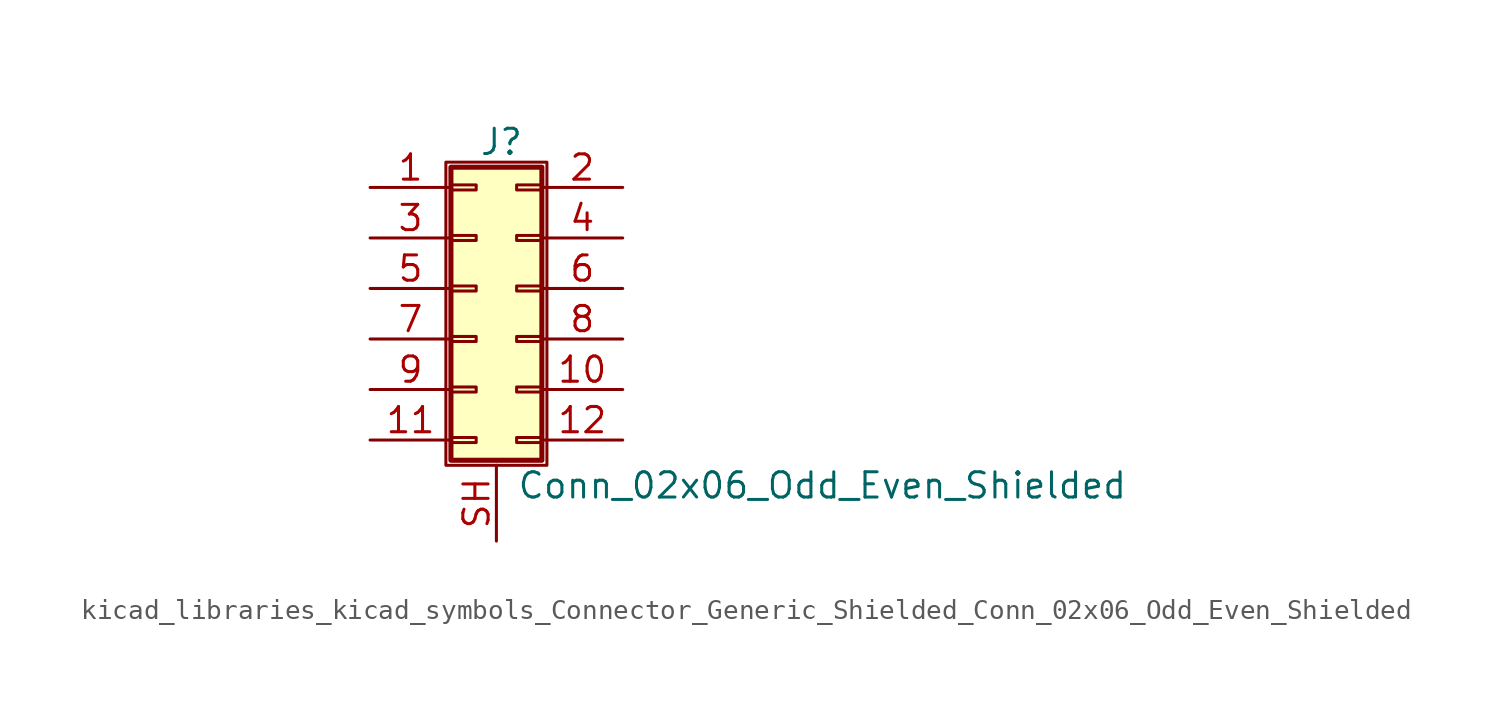
<source format=kicad_sym>
(kicad_symbol_lib
  (version 20220914)
  (generator kicad_symbol_editor)
  (symbol "kicad_libraries_kicad_symbols_Connector_Generic_Shielded_Conn_02x06_Odd_Even_Shielded"
    (pin_names
      (offset 1.016) hide)
    (property "Reference" "J"
      (at 1.524 7.366 0)
      (effects (font (size 1.27 1.27))))
    (property "Value" "Conn_02x06_Odd_Even_Shielded"
      (at 2.286 -9.906 0)
      (effects (font (size 1.27 1.27)) (justify left)))
    (symbol "kicad_libraries_kicad_symbols_Connector_Generic_Shielded_Conn_02x06_Odd_Even_Shielded_1_1"
      (rectangle (start -1.27 6.35) (end 3.81 -8.89) (stroke (width 0.152) (type default)) (fill (type none)))
      (rectangle (start -1.016 -7.493) (end 0.254 -7.747) (stroke (width 0.152) (type default)) (fill (type none)))
      (rectangle (start -1.016 -4.953) (end 0.254 -5.207) (stroke (width 0.152) (type default)) (fill (type none)))
      (rectangle (start -1.016 -2.413) (end 0.254 -2.667) (stroke (width 0.152) (type default)) (fill (type none)))
      (rectangle (start -1.016 0.127) (end 0.254 -0.127) (stroke (width 0.152) (type default)) (fill (type none)))
      (rectangle (start -1.016 2.667) (end 0.254 2.413) (stroke (width 0.152) (type default)) (fill (type none)))
      (rectangle (start -1.016 5.207) (end 0.254 4.953) (stroke (width 0.152) (type default)) (fill (type none)))
      (rectangle (start -1.016 6.096) (end 3.556 -8.636) (stroke (width 0.254) (type default)) (fill (type background)))
      (rectangle (start 3.556 -7.493) (end 2.286 -7.747) (stroke (width 0.152) (type default)) (fill (type none)))
      (rectangle (start 3.556 -4.953) (end 2.286 -5.207) (stroke (width 0.152) (type default)) (fill (type none)))
      (rectangle (start 3.556 -2.413) (end 2.286 -2.667) (stroke (width 0.152) (type default)) (fill (type none)))
      (rectangle (start 3.556 0.127) (end 2.286 -0.127) (stroke (width 0.152) (type default)) (fill (type none)))
      (rectangle (start 3.556 2.667) (end 2.286 2.413) (stroke (width 0.152) (type default)) (fill (type none)))
      (rectangle (start 3.556 5.207) (end 2.286 4.953) (stroke (width 0.152) (type default)) (fill (type none)))
      (pin passive line (at -5.08 5.08 0) (length 4.064) (name "Pin_1" (effects (font (size 1.27 1.27)))) (number "1" (effects (font (size 1.27 1.27)))))
      (pin passive line (at 7.62 -5.08 180) (length 4.064) (name "Pin_10" (effects (font (size 1.27 1.27)))) (number "10" (effects (font (size 1.27 1.27)))))
      (pin passive line (at -5.08 -7.62 0) (length 4.064) (name "Pin_11" (effects (font (size 1.27 1.27)))) (number "11" (effects (font (size 1.27 1.27)))))
      (pin passive line (at 7.62 -7.62 180) (length 4.064) (name "Pin_12" (effects (font (size 1.27 1.27)))) (number "12" (effects (font (size 1.27 1.27)))))
      (pin passive line (at 7.62 5.08 180) (length 4.064) (name "Pin_2" (effects (font (size 1.27 1.27)))) (number "2" (effects (font (size 1.27 1.27)))))
      (pin passive line (at -5.08 2.54 0) (length 4.064) (name "Pin_3" (effects (font (size 1.27 1.27)))) (number "3" (effects (font (size 1.27 1.27)))))
      (pin passive line (at 7.62 2.54 180) (length 4.064) (name "Pin_4" (effects (font (size 1.27 1.27)))) (number "4" (effects (font (size 1.27 1.27)))))
      (pin passive line (at -5.08 0 0) (length 4.064) (name "Pin_5" (effects (font (size 1.27 1.27)))) (number "5" (effects (font (size 1.27 1.27)))))
      (pin passive line (at 7.62 0 180) (length 4.064) (name "Pin_6" (effects (font (size 1.27 1.27)))) (number "6" (effects (font (size 1.27 1.27)))))
      (pin passive line (at -5.08 -2.54 0) (length 4.064) (name "Pin_7" (effects (font (size 1.27 1.27)))) (number "7" (effects (font (size 1.27 1.27)))))
      (pin passive line (at 7.62 -2.54 180) (length 4.064) (name "Pin_8" (effects (font (size 1.27 1.27)))) (number "8" (effects (font (size 1.27 1.27)))))
      (pin passive line (at -5.08 -5.08 0) (length 4.064) (name "Pin_9" (effects (font (size 1.27 1.27)))) (number "9" (effects (font (size 1.27 1.27)))))
      (pin passive line (at 1.27 -12.7 90) (length 3.81) (name "Shield" (effects (font (size 1.27 1.27)))) (number "SH" (effects (font (size 1.27 1.27))))))))
</source>
